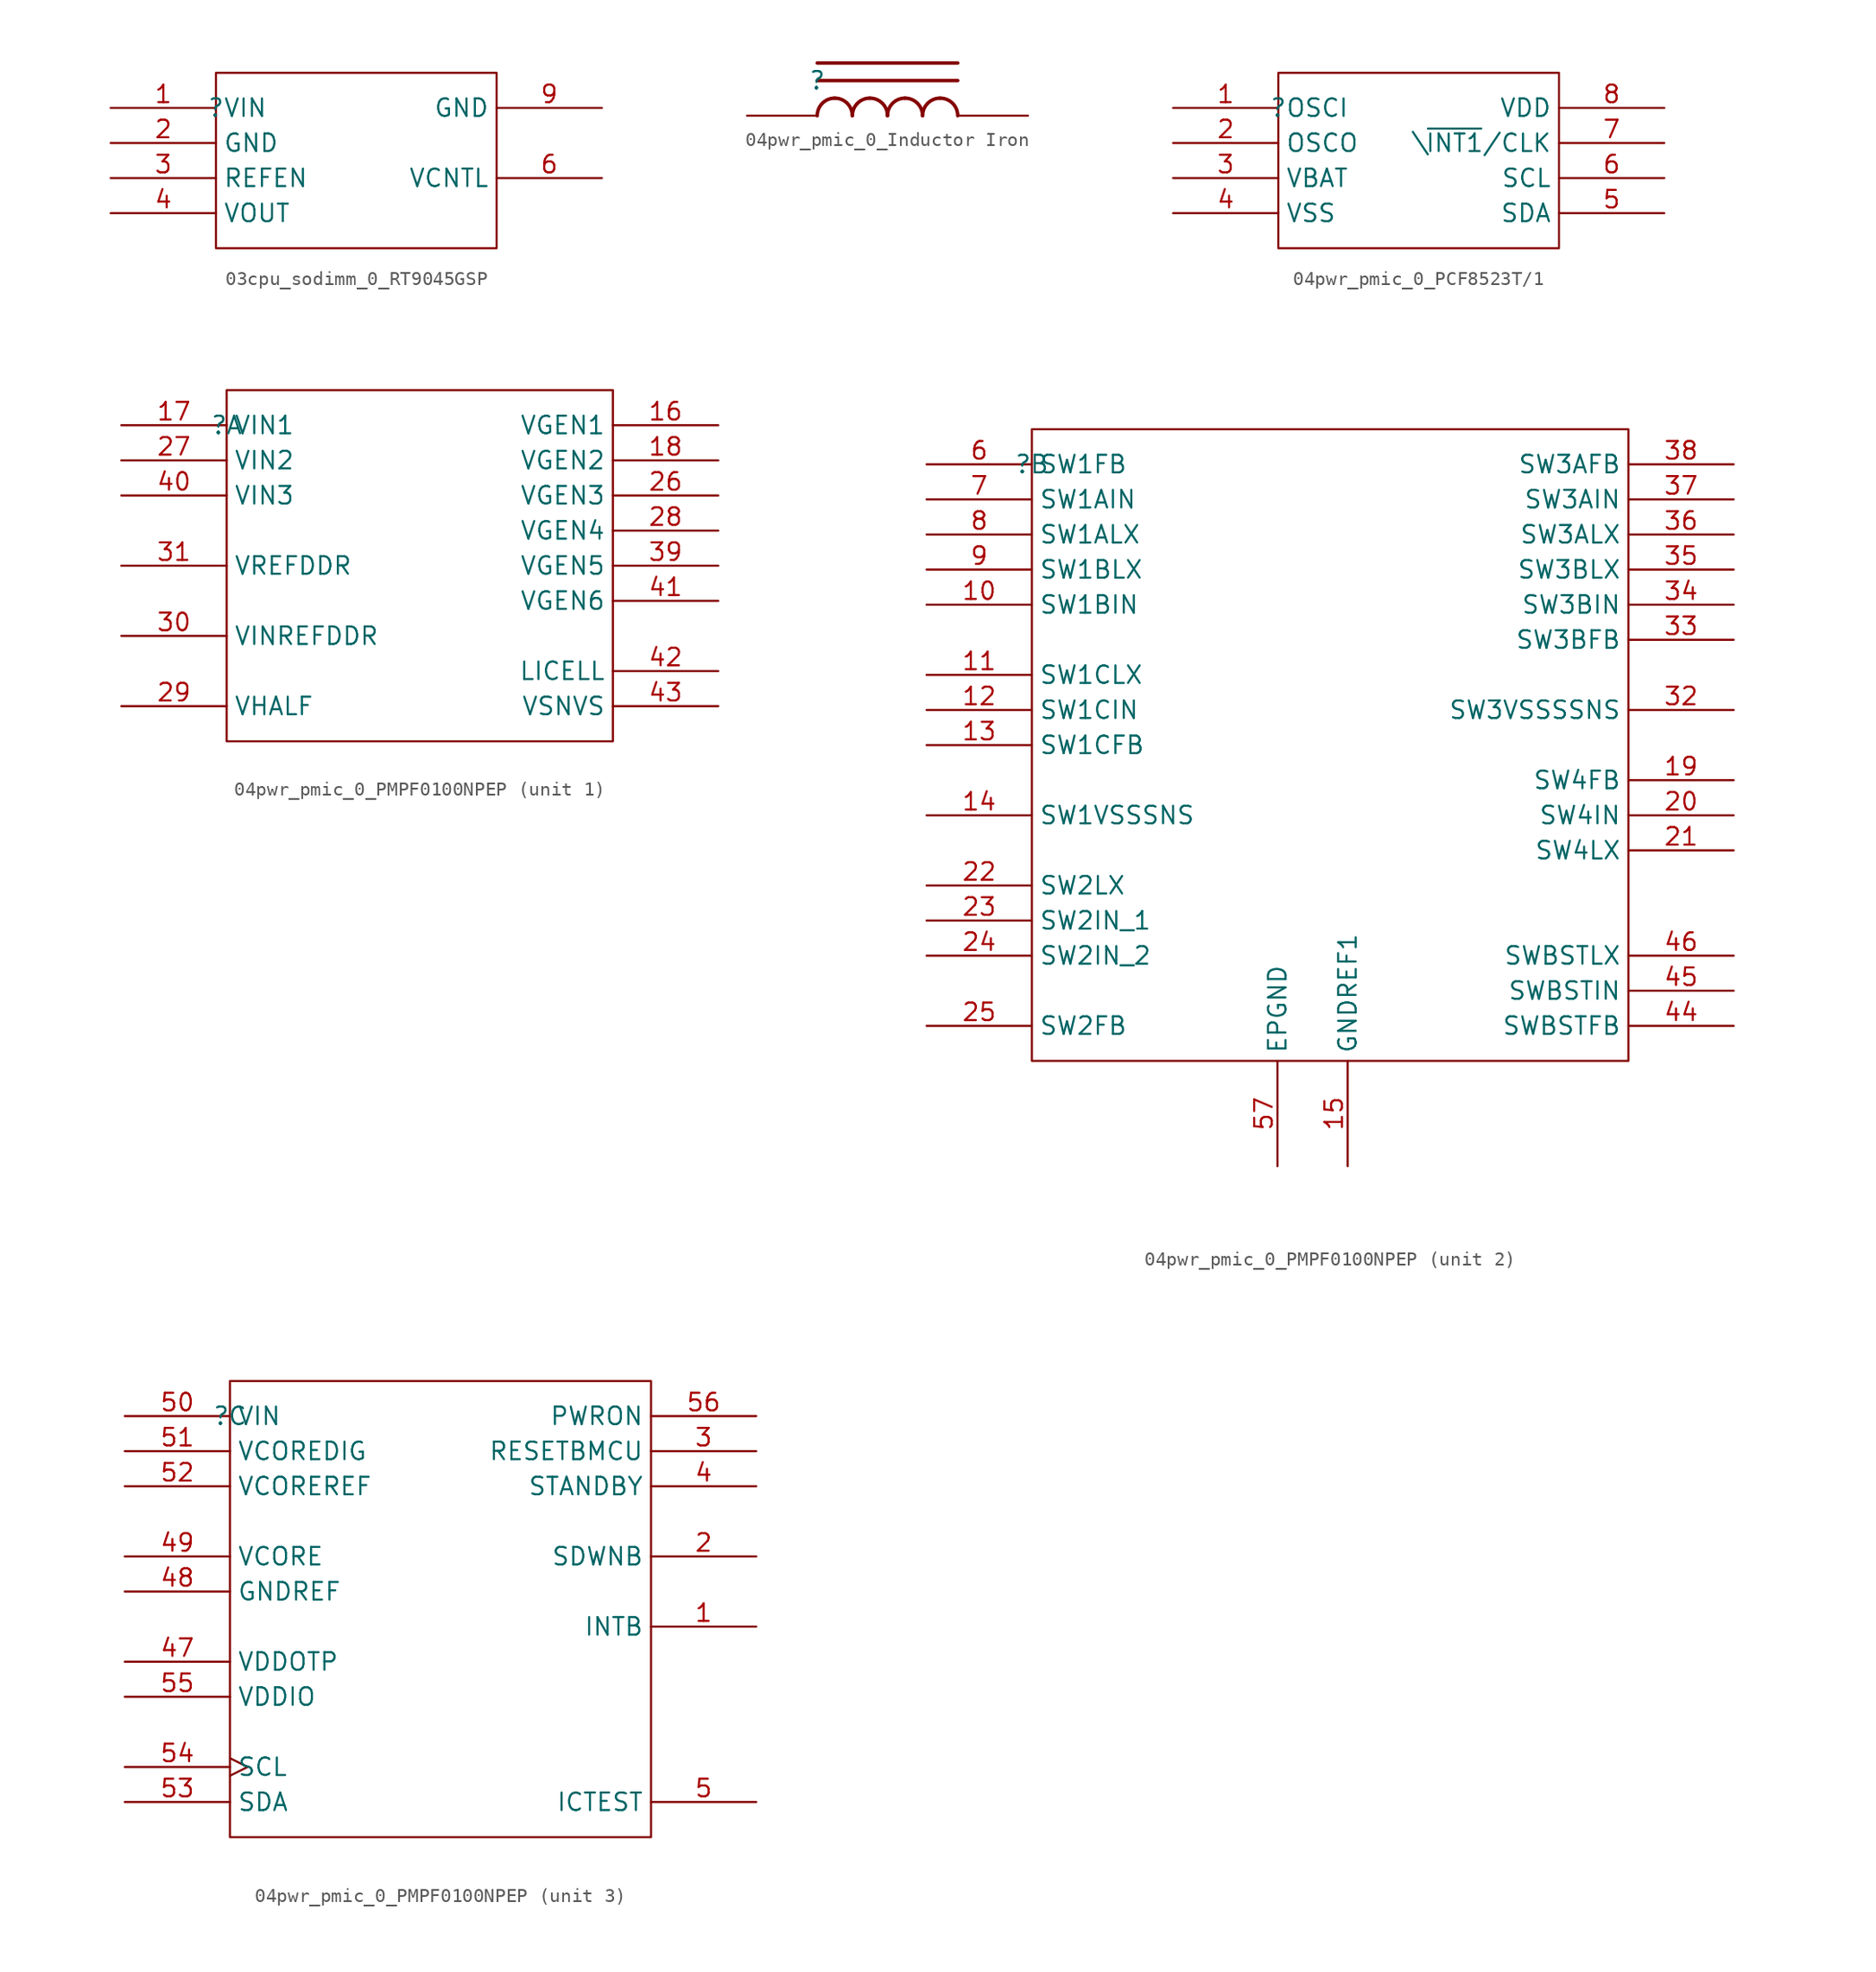
<source format=kicad_sym>
(kicad_symbol_lib
  (version 20220914)
  (generator kicad_symbol_editor)
  (symbol "03cpu_sodimm_0_RT9045GSP"
    (property "Reference" ""
      (at 0 0 0)
      (effects (font (size 1.27 1.27))))
    (property "Value" ""
      (at 0 0 0)
      (effects (font (size 1.27 1.27))))
    (symbol "03cpu_sodimm_0_RT9045GSP_1_0"
      (rectangle (start 20.32 2.54) (end 0 -10.16) (stroke (width 0) (type solid)) (fill (type none)))
      (pin power_in line (at -7.62 0 0) (length 7.62) (name "VIN" (effects (font (size 1.27 1.27)))) (number "1" (effects (font (size 1.27 1.27)))))
      (pin power_in line (at -7.62 -2.54 0) (length 7.62) (name "GND" (effects (font (size 1.27 1.27)))) (number "2" (effects (font (size 1.27 1.27)))))
      (pin passive line (at -7.62 -5.08 0) (length 7.62) (name "REFEN" (effects (font (size 1.27 1.27)))) (number "3" (effects (font (size 1.27 1.27)))))
      (pin power_in line (at -7.62 -7.62 0) (length 7.62) (name "VOUT" (effects (font (size 1.27 1.27)))) (number "4" (effects (font (size 1.27 1.27)))))
      (pin passive line (at 27.94 -5.08 180) (length 7.62) (name "VCNTL" (effects (font (size 1.27 1.27)))) (number "6" (effects (font (size 1.27 1.27)))))
      (pin power_in line (at 27.94 0 180) (length 7.62) (name "GND" (effects (font (size 1.27 1.27)))) (number "9" (effects (font (size 1.27 1.27)))))))
  (symbol "04pwr_pmic_0_Inductor Iron"
    (property "Reference" ""
      (at 0 0 0)
      (effects (font (size 1.27 1.27))))
    (property "Value" ""
      (at 0 0 0)
      (effects (font (size 1.27 1.27))))
    (symbol "04pwr_pmic_0_Inductor Iron_1_0"
      (polyline (pts (xy 0 0) (xy 10.16 0)) (stroke (width 0.254) (type solid)) (fill (type none)))
      (polyline (pts (xy 10.16 1.27) (xy 0 1.27)) (stroke (width 0.254) (type solid)) (fill (type none)))
      (arc (start 1.27 -1.27) (mid 0.372 -1.642) (end 0 -2.54) (stroke (width 0.254) (type solid)) (fill (type none)))
      (arc (start 2.54 -2.54) (mid 2.168 -1.642) (end 1.27 -1.27) (stroke (width 0.254) (type solid)) (fill (type none)))
      (arc (start 3.81 -1.27) (mid 2.912 -1.642) (end 2.54 -2.54) (stroke (width 0.254) (type solid)) (fill (type none)))
      (arc (start 5.08 -2.54) (mid 4.708 -1.642) (end 3.81 -1.27) (stroke (width 0.254) (type solid)) (fill (type none)))
      (arc (start 6.35 -1.27) (mid 5.452 -1.642) (end 5.08 -2.54) (stroke (width 0.254) (type solid)) (fill (type none)))
      (arc (start 7.62 -2.54) (mid 7.248 -1.642) (end 6.35 -1.27) (stroke (width 0.254) (type solid)) (fill (type none)))
      (arc (start 8.89 -1.27) (mid 7.992 -1.642) (end 7.62 -2.54) (stroke (width 0.254) (type solid)) (fill (type none)))
      (arc (start 10.16 -2.54) (mid 9.788 -1.642) (end 8.89 -1.27) (stroke (width 0.254) (type solid)) (fill (type none)))
      (pin passive line (at -5.08 -2.54 0) (length 5.08) (name "1" (effects (font (size 0 0)))) (number "1" (effects (font (size 0 0)))))
      (pin passive line (at 15.24 -2.54 180) (length 5.08) (name "2" (effects (font (size 0 0)))) (number "2" (effects (font (size 0 0)))))))
  (symbol "04pwr_pmic_0_PCF8523T/1"
    (property "Reference" ""
      (at 0 0 0)
      (effects (font (size 1.27 1.27))))
    (property "Value" ""
      (at 0 0 0)
      (effects (font (size 1.27 1.27))))
    (symbol "04pwr_pmic_0_PCF8523T/1_1_0"
      (rectangle (start 20.32 2.54) (end 0 -10.16) (stroke (width 0) (type solid)) (fill (type none)))
      (pin passive line (at -7.62 0 0) (length 7.62) (name "OSCI" (effects (font (size 1.27 1.27)))) (number "1" (effects (font (size 1.27 1.27)))))
      (pin passive line (at -7.62 -2.54 0) (length 7.62) (name "OSCO" (effects (font (size 1.27 1.27)))) (number "2" (effects (font (size 1.27 1.27)))))
      (pin power_in line (at -7.62 -5.08 0) (length 7.62) (name "VBAT" (effects (font (size 1.27 1.27)))) (number "3" (effects (font (size 1.27 1.27)))))
      (pin power_in line (at -7.62 -7.62 0) (length 7.62) (name "VSS" (effects (font (size 1.27 1.27)))) (number "4" (effects (font (size 1.27 1.27)))))
      (pin bidirectional line (at 27.94 -7.62 180) (length 7.62) (name "SDA" (effects (font (size 1.27 1.27)))) (number "5" (effects (font (size 1.27 1.27)))))
      (pin bidirectional line (at 27.94 -5.08 180) (length 7.62) (name "SCL" (effects (font (size 1.27 1.27)))) (number "6" (effects (font (size 1.27 1.27)))))
      (pin bidirectional line (at 27.94 -2.54 180) (length 7.62) (name "\\~{INT1}/CLK" (effects (font (size 1.27 1.27)))) (number "7" (effects (font (size 1.27 1.27)))))
      (pin power_in line (at 27.94 0 180) (length 7.62) (name "VDD" (effects (font (size 1.27 1.27)))) (number "8" (effects (font (size 1.27 1.27)))))))
  (symbol "04pwr_pmic_0_PMPF0100NPEP"
    (property "Reference" ""
      (at 0 0 0)
      (effects (font (size 1.27 1.27))))
    (property "Value" ""
      (at 0 0 0)
      (effects (font (size 1.27 1.27))))
    (symbol "04pwr_pmic_0_PMPF0100NPEP_1_0"
      (rectangle (start 27.94 2.54) (end 0 -22.86) (stroke (width 0) (type solid)) (fill (type none)))
      (pin power_in line (at 35.56 0 180) (length 7.62) (name "VGEN1" (effects (font (size 1.27 1.27)))) (number "16" (effects (font (size 1.27 1.27)))))
      (pin input line (at -7.62 0 0) (length 7.62) (name "VIN1" (effects (font (size 1.27 1.27)))) (number "17" (effects (font (size 1.27 1.27)))))
      (pin power_in line (at 35.56 -2.54 180) (length 7.62) (name "VGEN2" (effects (font (size 1.27 1.27)))) (number "18" (effects (font (size 1.27 1.27)))))
      (pin power_in line (at 35.56 -5.08 180) (length 7.62) (name "VGEN3" (effects (font (size 1.27 1.27)))) (number "26" (effects (font (size 1.27 1.27)))))
      (pin input line (at -7.62 -2.54 0) (length 7.62) (name "VIN2" (effects (font (size 1.27 1.27)))) (number "27" (effects (font (size 1.27 1.27)))))
      (pin power_in line (at 35.56 -7.62 180) (length 7.62) (name "VGEN4" (effects (font (size 1.27 1.27)))) (number "28" (effects (font (size 1.27 1.27)))))
      (pin passive line (at -7.62 -20.32 0) (length 7.62) (name "VHALF" (effects (font (size 1.27 1.27)))) (number "29" (effects (font (size 1.27 1.27)))))
      (pin power_in line (at -7.62 -15.24 0) (length 7.62) (name "VINREFDDR" (effects (font (size 1.27 1.27)))) (number "30" (effects (font (size 1.27 1.27)))))
      (pin power_in line (at -7.62 -10.16 0) (length 7.62) (name "VREFDDR" (effects (font (size 1.27 1.27)))) (number "31" (effects (font (size 1.27 1.27)))))
      (pin power_in line (at 35.56 -10.16 180) (length 7.62) (name "VGEN5" (effects (font (size 1.27 1.27)))) (number "39" (effects (font (size 1.27 1.27)))))
      (pin input line (at -7.62 -5.08 0) (length 7.62) (name "VIN3" (effects (font (size 1.27 1.27)))) (number "40" (effects (font (size 1.27 1.27)))))
      (pin power_in line (at 35.56 -12.7 180) (length 7.62) (name "VGEN6" (effects (font (size 1.27 1.27)))) (number "41" (effects (font (size 1.27 1.27)))))
      (pin power_in line (at 35.56 -17.78 180) (length 7.62) (name "LICELL" (effects (font (size 1.27 1.27)))) (number "42" (effects (font (size 1.27 1.27)))))
      (pin power_in line (at 35.56 -20.32 180) (length 7.62) (name "VSNVS" (effects (font (size 1.27 1.27)))) (number "43" (effects (font (size 1.27 1.27))))))
    (symbol "04pwr_pmic_0_PMPF0100NPEP_2_0"
      (rectangle (start 43.18 2.54) (end 0 -43.18) (stroke (width 0) (type solid)) (fill (type none)))
      (pin input line (at -7.62 -10.16 0) (length 7.62) (name "SW1BIN" (effects (font (size 1.27 1.27)))) (number "10" (effects (font (size 1.27 1.27)))))
      (pin passive line (at -7.62 -15.24 0) (length 7.62) (name "SW1CLX" (effects (font (size 1.27 1.27)))) (number "11" (effects (font (size 1.27 1.27)))))
      (pin input line (at -7.62 -17.78 0) (length 7.62) (name "SW1CIN" (effects (font (size 1.27 1.27)))) (number "12" (effects (font (size 1.27 1.27)))))
      (pin input line (at -7.62 -20.32 0) (length 7.62) (name "SW1CFB" (effects (font (size 1.27 1.27)))) (number "13" (effects (font (size 1.27 1.27)))))
      (pin power_in line (at -7.62 -25.4 0) (length 7.62) (name "SW1VSSSNS" (effects (font (size 1.27 1.27)))) (number "14" (effects (font (size 1.27 1.27)))))
      (pin power_in line (at 22.86 -50.8 90) (length 7.62) (name "GNDREF1" (effects (font (size 1.27 1.27)))) (number "15" (effects (font (size 1.27 1.27)))))
      (pin input line (at 50.8 -22.86 180) (length 7.62) (name "SW4FB" (effects (font (size 1.27 1.27)))) (number "19" (effects (font (size 1.27 1.27)))))
      (pin input line (at 50.8 -25.4 180) (length 7.62) (name "SW4IN" (effects (font (size 1.27 1.27)))) (number "20" (effects (font (size 1.27 1.27)))))
      (pin passive line (at 50.8 -27.94 180) (length 7.62) (name "SW4LX" (effects (font (size 1.27 1.27)))) (number "21" (effects (font (size 1.27 1.27)))))
      (pin passive line (at -7.62 -30.48 0) (length 7.62) (name "SW2LX" (effects (font (size 1.27 1.27)))) (number "22" (effects (font (size 1.27 1.27)))))
      (pin input line (at -7.62 -33.02 0) (length 7.62) (name "SW2IN_1" (effects (font (size 1.27 1.27)))) (number "23" (effects (font (size 1.27 1.27)))))
      (pin input line (at -7.62 -35.56 0) (length 7.62) (name "SW2IN_2" (effects (font (size 1.27 1.27)))) (number "24" (effects (font (size 1.27 1.27)))))
      (pin input line (at -7.62 -40.64 0) (length 7.62) (name "SW2FB" (effects (font (size 1.27 1.27)))) (number "25" (effects (font (size 1.27 1.27)))))
      (pin power_in line (at 50.8 -17.78 180) (length 7.62) (name "SW3VSSSSNS" (effects (font (size 1.27 1.27)))) (number "32" (effects (font (size 1.27 1.27)))))
      (pin input line (at 50.8 -12.7 180) (length 7.62) (name "SW3BFB" (effects (font (size 1.27 1.27)))) (number "33" (effects (font (size 1.27 1.27)))))
      (pin input line (at 50.8 -10.16 180) (length 7.62) (name "SW3BIN" (effects (font (size 1.27 1.27)))) (number "34" (effects (font (size 1.27 1.27)))))
      (pin passive line (at 50.8 -7.62 180) (length 7.62) (name "SW3BLX" (effects (font (size 1.27 1.27)))) (number "35" (effects (font (size 1.27 1.27)))))
      (pin passive line (at 50.8 -5.08 180) (length 7.62) (name "SW3ALX" (effects (font (size 1.27 1.27)))) (number "36" (effects (font (size 1.27 1.27)))))
      (pin input line (at 50.8 -2.54 180) (length 7.62) (name "SW3AIN" (effects (font (size 1.27 1.27)))) (number "37" (effects (font (size 1.27 1.27)))))
      (pin input line (at 50.8 0 180) (length 7.62) (name "SW3AFB" (effects (font (size 1.27 1.27)))) (number "38" (effects (font (size 1.27 1.27)))))
      (pin input line (at 50.8 -40.64 180) (length 7.62) (name "SWBSTFB" (effects (font (size 1.27 1.27)))) (number "44" (effects (font (size 1.27 1.27)))))
      (pin input line (at 50.8 -38.1 180) (length 7.62) (name "SWBSTIN" (effects (font (size 1.27 1.27)))) (number "45" (effects (font (size 1.27 1.27)))))
      (pin passive line (at 50.8 -35.56 180) (length 7.62) (name "SWBSTLX" (effects (font (size 1.27 1.27)))) (number "46" (effects (font (size 1.27 1.27)))))
      (pin power_in line (at 17.78 -50.8 90) (length 7.62) (name "EPGND" (effects (font (size 1.27 1.27)))) (number "57" (effects (font (size 1.27 1.27)))))
      (pin input line (at -7.62 0 0) (length 7.62) (name "SW1FB" (effects (font (size 1.27 1.27)))) (number "6" (effects (font (size 1.27 1.27)))))
      (pin input line (at -7.62 -2.54 0) (length 7.62) (name "SW1AIN" (effects (font (size 1.27 1.27)))) (number "7" (effects (font (size 1.27 1.27)))))
      (pin passive line (at -7.62 -5.08 0) (length 7.62) (name "SW1ALX" (effects (font (size 1.27 1.27)))) (number "8" (effects (font (size 1.27 1.27)))))
      (pin passive line (at -7.62 -7.62 0) (length 7.62) (name "SW1BLX" (effects (font (size 1.27 1.27)))) (number "9" (effects (font (size 1.27 1.27))))))
    (symbol "04pwr_pmic_0_PMPF0100NPEP_3_0"
      (rectangle (start 30.48 2.54) (end 0 -30.48) (stroke (width 0) (type solid)) (fill (type none)))
      (pin output line (at 38.1 -15.24 180) (length 7.62) (name "INTB" (effects (font (size 1.27 1.27)))) (number "1" (effects (font (size 1.27 1.27)))))
      (pin output line (at 38.1 -10.16 180) (length 7.62) (name "SDWNB" (effects (font (size 1.27 1.27)))) (number "2" (effects (font (size 1.27 1.27)))))
      (pin output line (at 38.1 -2.54 180) (length 7.62) (name "RESETBMCU" (effects (font (size 1.27 1.27)))) (number "3" (effects (font (size 1.27 1.27)))))
      (pin input line (at 38.1 -5.08 180) (length 7.62) (name "STANDBY" (effects (font (size 1.27 1.27)))) (number "4" (effects (font (size 1.27 1.27)))))
      (pin passive line (at -7.62 -17.78 0) (length 7.62) (name "VDDOTP" (effects (font (size 1.27 1.27)))) (number "47" (effects (font (size 1.27 1.27)))))
      (pin power_in line (at -7.62 -12.7 0) (length 7.62) (name "GNDREF" (effects (font (size 1.27 1.27)))) (number "48" (effects (font (size 1.27 1.27)))))
      (pin passive line (at -7.62 -10.16 0) (length 7.62) (name "VCORE" (effects (font (size 1.27 1.27)))) (number "49" (effects (font (size 1.27 1.27)))))
      (pin input line (at 38.1 -27.94 180) (length 7.62) (name "ICTEST" (effects (font (size 1.27 1.27)))) (number "5" (effects (font (size 1.27 1.27)))))
      (pin input line (at -7.62 0 0) (length 7.62) (name "VIN" (effects (font (size 1.27 1.27)))) (number "50" (effects (font (size 1.27 1.27)))))
      (pin input line (at -7.62 -2.54 0) (length 7.62) (name "VCOREDIG" (effects (font (size 1.27 1.27)))) (number "51" (effects (font (size 1.27 1.27)))))
      (pin passive line (at -7.62 -5.08 0) (length 7.62) (name "VCOREREF" (effects (font (size 1.27 1.27)))) (number "52" (effects (font (size 1.27 1.27)))))
      (pin bidirectional line (at -7.62 -27.94 0) (length 7.62) (name "SDA" (effects (font (size 1.27 1.27)))) (number "53" (effects (font (size 1.27 1.27)))))
      (pin input clock (at -7.62 -25.4 0) (length 7.62) (name "SCL" (effects (font (size 1.27 1.27)))) (number "54" (effects (font (size 1.27 1.27)))))
      (pin power_in line (at -7.62 -20.32 0) (length 7.62) (name "VDDIO" (effects (font (size 1.27 1.27)))) (number "55" (effects (font (size 1.27 1.27)))))
      (pin input line (at 38.1 0 180) (length 7.62) (name "PWRON" (effects (font (size 1.27 1.27)))) (number "56" (effects (font (size 1.27 1.27))))))))
</source>
